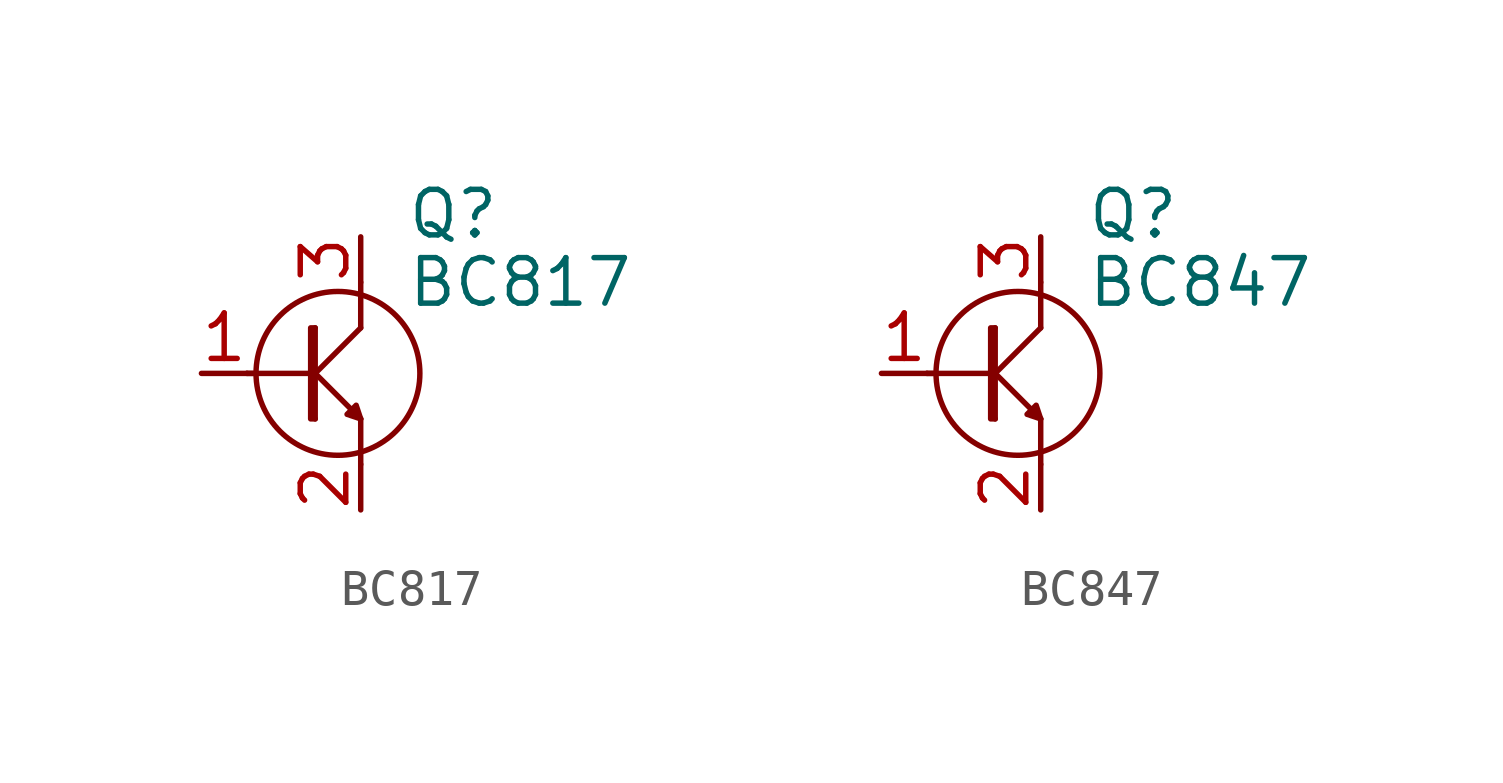
<source format=kicad_sym>
(kicad_symbol_lib
  (version 20211014)
  (generator kicad_symbol_editor)
  (symbol "BC817"
    (pin_names
      (offset 1.016))
    (property "Reference" "Q"
      (at 2.54 4.445 0)
      (effects (font (size 1.27 1.27)) (justify left)))
    (property "Value" "BC817"
      (at 2.54 2.54 0)
      (effects (font (size 1.27 1.27)) (justify left)))
    (symbol "BC817_0_1"
      (polyline (pts (xy -1.905 0) (xy 0 0)) (stroke (width 0) (type default) (color 0 0 0 0)) (fill (type none)))
      (polyline (pts (xy 0 0) (xy 1.27 -1.27)) (stroke (width 0) (type default) (color 0 0 0 0)) (fill (type none)))
      (polyline (pts (xy 0 0) (xy 1.27 1.27)) (stroke (width 0) (type default) (color 0 0 0 0)) (fill (type none)))
      (polyline (pts (xy 0 1.27) (xy 0 -1.27)) (stroke (width 0) (type default) (color 0 0 0 0)) (fill (type none)))
      (polyline (pts (xy 1.27 -1.27) (xy 1.27 -2.54)) (stroke (width 0) (type default) (color 0 0 0 0)) (fill (type none)))
      (polyline (pts (xy 1.27 1.27) (xy 1.27 2.54)) (stroke (width 0) (type default) (color 0 0 0 0)) (fill (type none)))
      (polyline (pts (xy 0 1.27) (xy -0.127 1.27) (xy -0.127 -1.27) (xy 0 -1.27)) (stroke (width 0) (type default) (color 0 0 0 0)) (fill (type none)))
      (polyline (pts (xy 1.27 -1.27) (xy 1.143 -0.889) (xy 0.889 -1.143) (xy 1.27 -1.27)) (stroke (width 0) (type default) (color 0 0 0 0)) (fill (type none)))
      (circle (center 0.635 0) (radius 2.286) (stroke (width 0) (type default) (color 0 0 0 0)) (fill (type none))))
    (symbol "BC817_1_1"
      (polyline (pts (xy -1.651 0) (xy -1.905 0)) (stroke (width 0) (type default) (color 0 0 0 0)) (fill (type none)))
      (pin passive line (at -3.175 0 0) (length 1.27) (name "~" (effects (font (size 1.27 1.27)))) (number "1" (effects (font (size 1.27 1.27)))))
      (pin passive line (at 1.27 -3.81 90) (length 1.27) (name "~" (effects (font (size 1.27 1.27)))) (number "2" (effects (font (size 1.27 1.27)))))
      (pin passive line (at 1.27 3.81 270) (length 1.27) (name "~" (effects (font (size 1.27 1.27)))) (number "3" (effects (font (size 1.27 1.27)))))))
  (symbol "BC847"
    (pin_names
      (offset 1.016))
    (property "Reference" "Q"
      (at 2.54 4.445 0)
      (effects (font (size 1.27 1.27)) (justify left)))
    (property "Value" "BC847"
      (at 2.54 2.54 0)
      (effects (font (size 1.27 1.27)) (justify left)))
    (symbol "BC847_0_1"
      (polyline (pts (xy -1.905 0) (xy 0 0)) (stroke (width 0) (type default) (color 0 0 0 0)) (fill (type none)))
      (polyline (pts (xy 0 0) (xy 1.27 -1.27)) (stroke (width 0) (type default) (color 0 0 0 0)) (fill (type none)))
      (polyline (pts (xy 0 0) (xy 1.27 1.27)) (stroke (width 0) (type default) (color 0 0 0 0)) (fill (type none)))
      (polyline (pts (xy 0 1.27) (xy 0 -1.27)) (stroke (width 0) (type default) (color 0 0 0 0)) (fill (type none)))
      (polyline (pts (xy 1.27 -1.27) (xy 1.27 -2.54)) (stroke (width 0) (type default) (color 0 0 0 0)) (fill (type none)))
      (polyline (pts (xy 1.27 1.27) (xy 1.27 2.54)) (stroke (width 0) (type default) (color 0 0 0 0)) (fill (type none)))
      (polyline (pts (xy 0 1.27) (xy -0.127 1.27) (xy -0.127 -1.27) (xy 0 -1.27)) (stroke (width 0) (type default) (color 0 0 0 0)) (fill (type none)))
      (polyline (pts (xy 1.27 -1.27) (xy 1.143 -0.889) (xy 0.889 -1.143) (xy 1.27 -1.27)) (stroke (width 0) (type default) (color 0 0 0 0)) (fill (type none)))
      (circle (center 0.635 0) (radius 2.286) (stroke (width 0) (type default) (color 0 0 0 0)) (fill (type none))))
    (symbol "BC847_1_1"
      (polyline (pts (xy -1.651 0) (xy -1.905 0)) (stroke (width 0) (type default) (color 0 0 0 0)) (fill (type none)))
      (pin passive line (at -3.175 0 0) (length 1.27) (name "~" (effects (font (size 1.27 1.27)))) (number "1" (effects (font (size 1.27 1.27)))))
      (pin passive line (at 1.27 -3.81 90) (length 1.27) (name "~" (effects (font (size 1.27 1.27)))) (number "2" (effects (font (size 1.27 1.27)))))
      (pin passive line (at 1.27 3.81 270) (length 1.27) (name "~" (effects (font (size 1.27 1.27)))) (number "3" (effects (font (size 1.27 1.27))))))))
</source>
